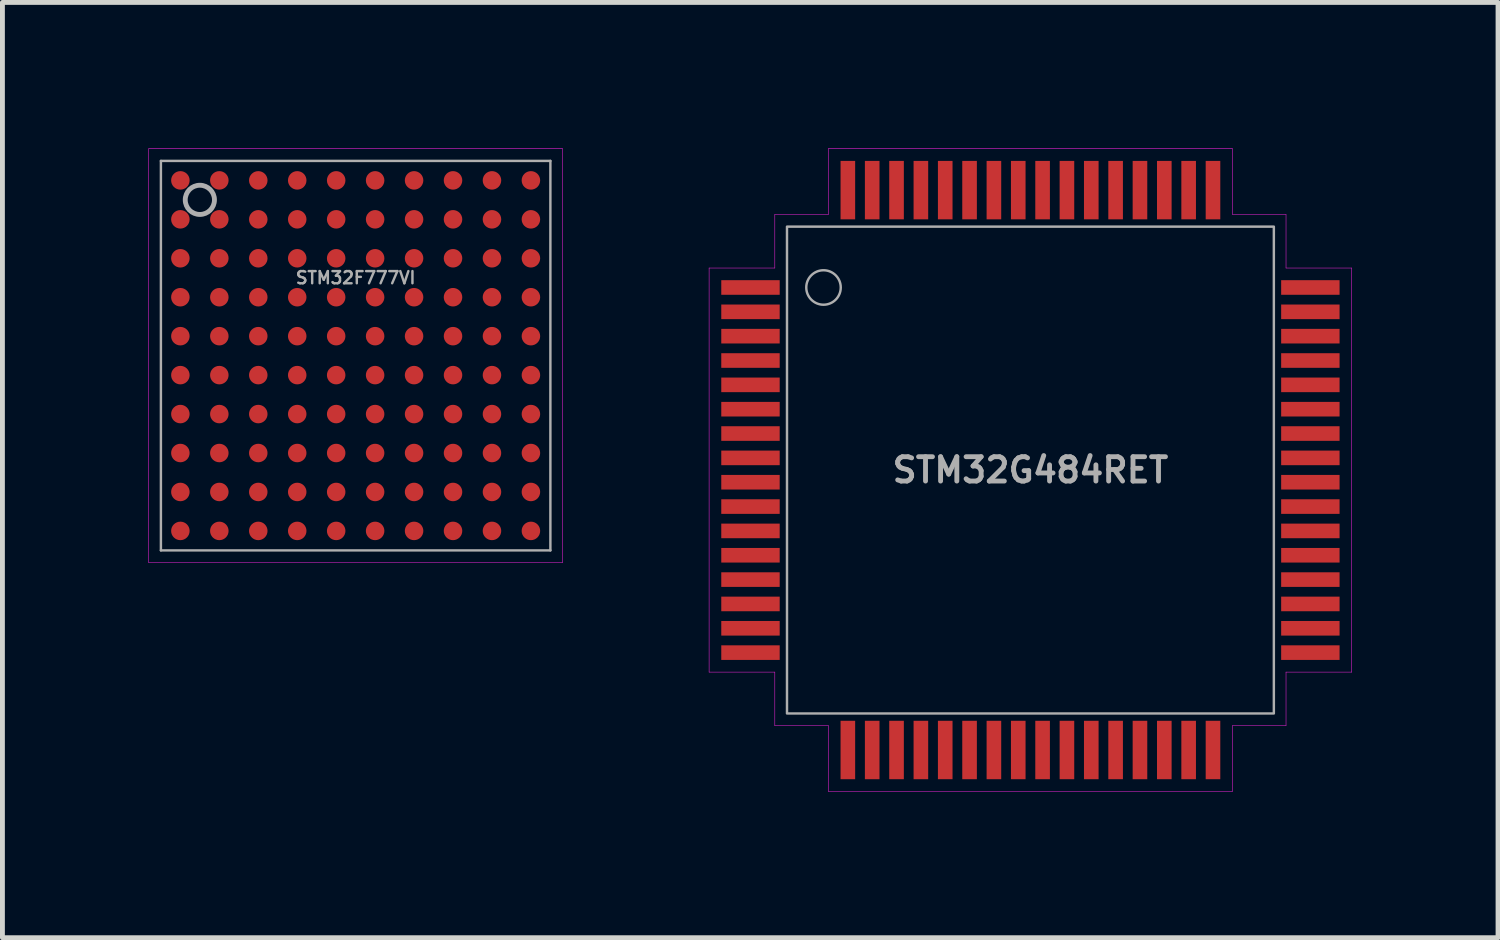
<source format=kicad_pcb>
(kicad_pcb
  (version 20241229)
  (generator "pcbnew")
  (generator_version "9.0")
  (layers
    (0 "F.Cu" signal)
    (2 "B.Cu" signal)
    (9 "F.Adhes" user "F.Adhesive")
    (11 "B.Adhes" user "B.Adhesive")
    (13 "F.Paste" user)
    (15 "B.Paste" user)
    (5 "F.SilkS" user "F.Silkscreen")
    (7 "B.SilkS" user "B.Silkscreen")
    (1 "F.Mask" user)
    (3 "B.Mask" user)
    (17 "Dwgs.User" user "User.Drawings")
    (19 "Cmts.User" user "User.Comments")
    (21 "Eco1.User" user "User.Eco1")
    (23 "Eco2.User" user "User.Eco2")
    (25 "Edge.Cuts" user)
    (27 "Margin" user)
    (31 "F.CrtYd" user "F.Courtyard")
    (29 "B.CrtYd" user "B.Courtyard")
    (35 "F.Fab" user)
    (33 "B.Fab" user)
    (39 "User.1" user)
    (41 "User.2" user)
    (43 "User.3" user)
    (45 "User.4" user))
  (footprint "STM32G484RET"
    (layer "F.Cu")
    (at 18.115 6.605)
    (property "Reference" "STM32G484RET" (at 0 0 0) (layer "F.Fab") (effects (font (size 0.5 0.5) (thickness 0.1))))
    (attr smd)
    (fp_line (start -6.6 -4.15) (end -6.6 4.15) (stroke (width 0.01) (type solid)) (layer "F.CrtYd"))
    (fp_line (start -6.6 -4.15) (end -5.25 -4.15) (stroke (width 0.01) (type solid)) (layer "F.CrtYd"))
    (fp_line (start -5.25 -5.25) (end -4.15 -5.25) (stroke (width 0.01) (type solid)) (layer "F.CrtYd"))
    (fp_line (start -5.25 -4.15) (end -5.25 -5.25) (stroke (width 0.01) (type solid)) (layer "F.CrtYd"))
    (fp_line (start -5.25 4.15) (end -6.6 4.15) (stroke (width 0.01) (type solid)) (layer "F.CrtYd"))
    (fp_line (start -5.25 5.25) (end -5.25 4.15) (stroke (width 0.01) (type solid)) (layer "F.CrtYd"))
    (fp_line (start -4.15 -5.25) (end -4.15 -6.6) (stroke (width 0.01) (type solid)) (layer "F.CrtYd"))
    (fp_line (start -4.15 5.25) (end -5.25 5.25) (stroke (width 0.01) (type solid)) (layer "F.CrtYd"))
    (fp_line (start -4.15 6.6) (end -4.15 5.25) (stroke (width 0.01) (type solid)) (layer "F.CrtYd"))
    (fp_line (start -4.15 6.6) (end 4.15 6.6) (stroke (width 0.01) (type solid)) (layer "F.CrtYd"))
    (fp_line (start 4.15 -6.6) (end -4.15 -6.6) (stroke (width 0.01) (type solid)) (layer "F.CrtYd"))
    (fp_line (start 4.15 -6.6) (end 4.15 -5.25) (stroke (width 0.01) (type solid)) (layer "F.CrtYd"))
    (fp_line (start 4.15 -5.25) (end 5.25 -5.25) (stroke (width 0.01) (type solid)) (layer "F.CrtYd"))
    (fp_line (start 4.15 5.25) (end 4.15 6.6) (stroke (width 0.01) (type solid)) (layer "F.CrtYd"))
    (fp_line (start 5.25 -5.25) (end 5.25 -4.15) (stroke (width 0.01) (type solid)) (layer "F.CrtYd"))
    (fp_line (start 5.25 -4.15) (end 6.6 -4.15) (stroke (width 0.01) (type solid)) (layer "F.CrtYd"))
    (fp_line (start 5.25 4.15) (end 5.25 5.25) (stroke (width 0.01) (type solid)) (layer "F.CrtYd"))
    (fp_line (start 5.25 5.25) (end 4.15 5.25) (stroke (width 0.01) (type solid)) (layer "F.CrtYd"))
    (fp_line (start 6.6 4.15) (end 5.25 4.15) (stroke (width 0.01) (type solid)) (layer "F.CrtYd"))
    (fp_line (start 6.6 4.15) (end 6.6 -4.15) (stroke (width 0.01) (type solid)) (layer "F.CrtYd"))
    (fp_rect (start -5 -5) (end 5 5) (stroke (width 0.05) (type default)) (fill no) (layer "F.Fab"))
    (fp_circle (center -4.25 -3.75) (end -3.896 -3.75) (stroke (width 0.05) (type solid)) (fill no) (layer "F.Fab"))
    (pad "1" smd rect (at -5.75 -3.75) (size 1.2 0.3) (layers "F.Cu" "F.Mask" "F.Paste"))
    (pad "2" smd rect (at -5.75 -3.25) (size 1.2 0.3) (layers "F.Cu" "F.Mask" "F.Paste"))
    (pad "3" smd rect (at -5.75 -2.75) (size 1.2 0.3) (layers "F.Cu" "F.Mask" "F.Paste"))
    (pad "4" smd rect (at -5.75 -2.25) (size 1.2 0.3) (layers "F.Cu" "F.Mask" "F.Paste"))
    (pad "5" smd rect (at -5.75 -1.75) (size 1.2 0.3) (layers "F.Cu" "F.Mask" "F.Paste"))
    (pad "6" smd rect (at -5.75 -1.25) (size 1.2 0.3) (layers "F.Cu" "F.Mask" "F.Paste"))
    (pad "7" smd rect (at -5.75 -0.75) (size 1.2 0.3) (layers "F.Cu" "F.Mask" "F.Paste"))
    (pad "8" smd rect (at -5.75 -0.25) (size 1.2 0.3) (layers "F.Cu" "F.Mask" "F.Paste"))
    (pad "9" smd rect (at -5.75 0.25) (size 1.2 0.3) (layers "F.Cu" "F.Mask" "F.Paste"))
    (pad "10" smd rect (at -5.75 0.75) (size 1.2 0.3) (layers "F.Cu" "F.Mask" "F.Paste"))
    (pad "11" smd rect (at -5.75 1.25) (size 1.2 0.3) (layers "F.Cu" "F.Mask" "F.Paste"))
    (pad "12" smd rect (at -5.75 1.75) (size 1.2 0.3) (layers "F.Cu" "F.Mask" "F.Paste"))
    (pad "13" smd rect (at -5.75 2.25) (size 1.2 0.3) (layers "F.Cu" "F.Mask" "F.Paste"))
    (pad "14" smd rect (at -5.75 2.75) (size 1.2 0.3) (layers "F.Cu" "F.Mask" "F.Paste"))
    (pad "15" smd rect (at -5.75 3.25) (size 1.2 0.3) (layers "F.Cu" "F.Mask" "F.Paste"))
    (pad "16" smd rect (at -5.75 3.75) (size 1.2 0.3) (layers "F.Cu" "F.Mask" "F.Paste"))
    (pad "17" smd rect (at -3.75 5.75 90) (size 1.2 0.3) (layers "F.Cu" "F.Mask" "F.Paste"))
    (pad "18" smd rect (at -3.25 5.75 90) (size 1.2 0.3) (layers "F.Cu" "F.Mask" "F.Paste"))
    (pad "19" smd rect (at -2.75 5.75 90) (size 1.2 0.3) (layers "F.Cu" "F.Mask" "F.Paste"))
    (pad "20" smd rect (at -2.25 5.75 90) (size 1.2 0.3) (layers "F.Cu" "F.Mask" "F.Paste"))
    (pad "21" smd rect (at -1.75 5.75 90) (size 1.2 0.3) (layers "F.Cu" "F.Mask" "F.Paste"))
    (pad "22" smd rect (at -1.25 5.75 90) (size 1.2 0.3) (layers "F.Cu" "F.Mask" "F.Paste"))
    (pad "23" smd rect (at -0.75 5.75 90) (size 1.2 0.3) (layers "F.Cu" "F.Mask" "F.Paste"))
    (pad "24" smd rect (at -0.25 5.75 90) (size 1.2 0.3) (layers "F.Cu" "F.Mask" "F.Paste"))
    (pad "25" smd rect (at 0.25 5.75 90) (size 1.2 0.3) (layers "F.Cu" "F.Mask" "F.Paste"))
    (pad "26" smd rect (at 0.75 5.75 90) (size 1.2 0.3) (layers "F.Cu" "F.Mask" "F.Paste"))
    (pad "27" smd rect (at 1.25 5.75 90) (size 1.2 0.3) (layers "F.Cu" "F.Mask" "F.Paste"))
    (pad "28" smd rect (at 1.75 5.75 90) (size 1.2 0.3) (layers "F.Cu" "F.Mask" "F.Paste"))
    (pad "29" smd rect (at 2.25 5.75 90) (size 1.2 0.3) (layers "F.Cu" "F.Mask" "F.Paste"))
    (pad "30" smd rect (at 2.75 5.75 90) (size 1.2 0.3) (layers "F.Cu" "F.Mask" "F.Paste"))
    (pad "31" smd rect (at 3.25 5.75 90) (size 1.2 0.3) (layers "F.Cu" "F.Mask" "F.Paste"))
    (pad "32" smd rect (at 3.75 5.75 90) (size 1.2 0.3) (layers "F.Cu" "F.Mask" "F.Paste"))
    (pad "33" smd rect (at 5.75 3.75) (size 1.2 0.3) (layers "F.Cu" "F.Mask" "F.Paste"))
    (pad "34" smd rect (at 5.75 3.25) (size 1.2 0.3) (layers "F.Cu" "F.Mask" "F.Paste"))
    (pad "35" smd rect (at 5.75 2.75) (size 1.2 0.3) (layers "F.Cu" "F.Mask" "F.Paste"))
    (pad "36" smd rect (at 5.75 2.25) (size 1.2 0.3) (layers "F.Cu" "F.Mask" "F.Paste"))
    (pad "37" smd rect (at 5.75 1.75) (size 1.2 0.3) (layers "F.Cu" "F.Mask" "F.Paste"))
    (pad "38" smd rect (at 5.75 1.25) (size 1.2 0.3) (layers "F.Cu" "F.Mask" "F.Paste"))
    (pad "39" smd rect (at 5.75 0.75) (size 1.2 0.3) (layers "F.Cu" "F.Mask" "F.Paste"))
    (pad "40" smd rect (at 5.75 0.25) (size 1.2 0.3) (layers "F.Cu" "F.Mask" "F.Paste"))
    (pad "41" smd rect (at 5.75 -0.25) (size 1.2 0.3) (layers "F.Cu" "F.Mask" "F.Paste"))
    (pad "42" smd rect (at 5.75 -0.75) (size 1.2 0.3) (layers "F.Cu" "F.Mask" "F.Paste"))
    (pad "43" smd rect (at 5.75 -1.25) (size 1.2 0.3) (layers "F.Cu" "F.Mask" "F.Paste"))
    (pad "44" smd rect (at 5.75 -1.75) (size 1.2 0.3) (layers "F.Cu" "F.Mask" "F.Paste"))
    (pad "45" smd rect (at 5.75 -2.25) (size 1.2 0.3) (layers "F.Cu" "F.Mask" "F.Paste"))
    (pad "46" smd rect (at 5.75 -2.75) (size 1.2 0.3) (layers "F.Cu" "F.Mask" "F.Paste"))
    (pad "47" smd rect (at 5.75 -3.25) (size 1.2 0.3) (layers "F.Cu" "F.Mask" "F.Paste"))
    (pad "48" smd rect (at 5.75 -3.75) (size 1.2 0.3) (layers "F.Cu" "F.Mask" "F.Paste"))
    (pad "49" smd rect (at 3.75 -5.75 90) (size 1.2 0.3) (layers "F.Cu" "F.Mask" "F.Paste"))
    (pad "50" smd rect (at 3.25 -5.75 90) (size 1.2 0.3) (layers "F.Cu" "F.Mask" "F.Paste"))
    (pad "51" smd rect (at 2.75 -5.75 90) (size 1.2 0.3) (layers "F.Cu" "F.Mask" "F.Paste"))
    (pad "52" smd rect (at 2.25 -5.75 90) (size 1.2 0.3) (layers "F.Cu" "F.Mask" "F.Paste"))
    (pad "53" smd rect (at 1.75 -5.75 90) (size 1.2 0.3) (layers "F.Cu" "F.Mask" "F.Paste"))
    (pad "54" smd rect (at 1.25 -5.75 90) (size 1.2 0.3) (layers "F.Cu" "F.Mask" "F.Paste"))
    (pad "55" smd rect (at 0.75 -5.75 90) (size 1.2 0.3) (layers "F.Cu" "F.Mask" "F.Paste"))
    (pad "56" smd rect (at 0.25 -5.75 90) (size 1.2 0.3) (layers "F.Cu" "F.Mask" "F.Paste"))
    (pad "57" smd rect (at -0.25 -5.75 90) (size 1.2 0.3) (layers "F.Cu" "F.Mask" "F.Paste"))
    (pad "58" smd rect (at -0.75 -5.75 90) (size 1.2 0.3) (layers "F.Cu" "F.Mask" "F.Paste"))
    (pad "59" smd rect (at -1.25 -5.75 90) (size 1.2 0.3) (layers "F.Cu" "F.Mask" "F.Paste"))
    (pad "60" smd rect (at -1.75 -5.75 90) (size 1.2 0.3) (layers "F.Cu" "F.Mask" "F.Paste"))
    (pad "61" smd rect (at -2.25 -5.75 90) (size 1.2 0.3) (layers "F.Cu" "F.Mask" "F.Paste"))
    (pad "62" smd rect (at -2.75 -5.75 90) (size 1.2 0.3) (layers "F.Cu" "F.Mask" "F.Paste"))
    (pad "63" smd rect (at -3.25 -5.75 90) (size 1.2 0.3) (layers "F.Cu" "F.Mask" "F.Paste"))
    (pad "64" smd rect (at -3.75 -5.75 90) (size 1.2 0.3) (layers "F.Cu" "F.Mask" "F.Paste")))
  (footprint "STM32F777VI"
    (layer "F.Cu")
    (at 4.255 4.255)
    (property "Reference" "STM32F777VI" (at 0 -1.6 0) (layer "F.Fab") (effects (font (size 0.25 0.25) (thickness 0.05))))
    (attr smd)
    (fp_line (start -4.25 -4.25) (end 4.25 -4.25) (stroke (width 0.01) (type solid)) (layer "F.CrtYd"))
    (fp_line (start -4.25 4.25) (end -4.25 -4.25) (stroke (width 0.01) (type solid)) (layer "F.CrtYd"))
    (fp_line (start 4.25 -4.25) (end 4.25 4.25) (stroke (width 0.01) (type solid)) (layer "F.CrtYd"))
    (fp_line (start 4.25 4.25) (end -4.25 4.25) (stroke (width 0.01) (type solid)) (layer "F.CrtYd"))
    (fp_line (start -4 -4) (end -4 4) (stroke (width 0.05) (type solid)) (layer "F.Fab"))
    (fp_line (start -4 4) (end 4 4) (stroke (width 0.05) (type solid)) (layer "F.Fab"))
    (fp_line (start 4 -4) (end -4 -4) (stroke (width 0.05) (type solid)) (layer "F.Fab"))
    (fp_line (start 4 4) (end 4 -4) (stroke (width 0.05) (type solid)) (layer "F.Fab"))
    (fp_circle (center -3.2 -3.2) (end -2.9 -3.2) (stroke (width 0.1) (type solid)) (fill no) (layer "F.Fab"))
    (pad "A1" smd circle (at -3.6 -3.6) (size 0.38 0.38) (layers "F.Cu" "F.Mask" "F.Paste"))
    (pad "A2" smd circle (at -2.8 -3.6) (size 0.38 0.38) (layers "F.Cu" "F.Mask" "F.Paste"))
    (pad "A3" smd circle (at -2 -3.6) (size 0.38 0.38) (layers "F.Cu" "F.Mask" "F.Paste"))
    (pad "A4" smd circle (at -1.2 -3.6) (size 0.38 0.38) (layers "F.Cu" "F.Mask" "F.Paste"))
    (pad "A5" smd circle (at -0.4 -3.6) (size 0.38 0.38) (layers "F.Cu" "F.Mask" "F.Paste"))
    (pad "A6" smd circle (at 0.4 -3.6) (size 0.38 0.38) (layers "F.Cu" "F.Mask" "F.Paste"))
    (pad "A7" smd circle (at 1.2 -3.6) (size 0.38 0.38) (layers "F.Cu" "F.Mask" "F.Paste"))
    (pad "A8" smd circle (at 2 -3.6) (size 0.38 0.38) (layers "F.Cu" "F.Mask" "F.Paste"))
    (pad "A9" smd circle (at 2.8 -3.6) (size 0.38 0.38) (layers "F.Cu" "F.Mask" "F.Paste"))
    (pad "A10" smd circle (at 3.6 -3.6) (size 0.38 0.38) (layers "F.Cu" "F.Mask" "F.Paste"))
    (pad "B1" smd circle (at -3.6 -2.8) (size 0.38 0.38) (layers "F.Cu" "F.Mask" "F.Paste"))
    (pad "B2" smd circle (at -2.8 -2.8) (size 0.38 0.38) (layers "F.Cu" "F.Mask" "F.Paste"))
    (pad "B3" smd circle (at -2 -2.8) (size 0.38 0.38) (layers "F.Cu" "F.Mask" "F.Paste"))
    (pad "B4" smd circle (at -1.2 -2.8) (size 0.38 0.38) (layers "F.Cu" "F.Mask" "F.Paste"))
    (pad "B5" smd circle (at -0.4 -2.8) (size 0.38 0.38) (layers "F.Cu" "F.Mask" "F.Paste"))
    (pad "B6" smd circle (at 0.4 -2.8) (size 0.38 0.38) (layers "F.Cu" "F.Mask" "F.Paste"))
    (pad "B7" smd circle (at 1.2 -2.8) (size 0.38 0.38) (layers "F.Cu" "F.Mask" "F.Paste"))
    (pad "B8" smd circle (at 2 -2.8) (size 0.38 0.38) (layers "F.Cu" "F.Mask" "F.Paste"))
    (pad "B9" smd circle (at 2.8 -2.8) (size 0.38 0.38) (layers "F.Cu" "F.Mask" "F.Paste"))
    (pad "B10" smd circle (at 3.6 -2.8) (size 0.38 0.38) (layers "F.Cu" "F.Mask" "F.Paste"))
    (pad "C1" smd circle (at -3.6 -2) (size 0.38 0.38) (layers "F.Cu" "F.Mask" "F.Paste"))
    (pad "C2" smd circle (at -2.8 -2) (size 0.38 0.38) (layers "F.Cu" "F.Mask" "F.Paste"))
    (pad "C3" smd circle (at -2 -2) (size 0.38 0.38) (layers "F.Cu" "F.Mask" "F.Paste"))
    (pad "C4" smd circle (at -1.2 -2) (size 0.38 0.38) (layers "F.Cu" "F.Mask" "F.Paste"))
    (pad "C5" smd circle (at -0.4 -2) (size 0.38 0.38) (layers "F.Cu" "F.Mask" "F.Paste"))
    (pad "C6" smd circle (at 0.4 -2) (size 0.38 0.38) (layers "F.Cu" "F.Mask" "F.Paste"))
    (pad "C7" smd circle (at 1.2 -2) (size 0.38 0.38) (layers "F.Cu" "F.Mask" "F.Paste"))
    (pad "C8" smd circle (at 2 -2) (size 0.38 0.38) (layers "F.Cu" "F.Mask" "F.Paste"))
    (pad "C9" smd circle (at 2.8 -2) (size 0.38 0.38) (layers "F.Cu" "F.Mask" "F.Paste"))
    (pad "C10" smd circle (at 3.6 -2) (size 0.38 0.38) (layers "F.Cu" "F.Mask" "F.Paste"))
    (pad "D1" smd circle (at -3.6 -1.2) (size 0.38 0.38) (layers "F.Cu" "F.Mask" "F.Paste"))
    (pad "D2" smd circle (at -2.8 -1.2) (size 0.38 0.38) (layers "F.Cu" "F.Mask" "F.Paste"))
    (pad "D3" smd circle (at -2 -1.2) (size 0.38 0.38) (layers "F.Cu" "F.Mask" "F.Paste"))
    (pad "D4" smd circle (at -1.2 -1.2) (size 0.38 0.38) (layers "F.Cu" "F.Mask" "F.Paste"))
    (pad "D5" smd circle (at -0.4 -1.2) (size 0.38 0.38) (layers "F.Cu" "F.Mask" "F.Paste"))
    (pad "D6" smd circle (at 0.4 -1.2) (size 0.38 0.38) (layers "F.Cu" "F.Mask" "F.Paste"))
    (pad "D7" smd circle (at 1.2 -1.2) (size 0.38 0.38) (layers "F.Cu" "F.Mask" "F.Paste"))
    (pad "D8" smd circle (at 2 -1.2) (size 0.38 0.38) (layers "F.Cu" "F.Mask" "F.Paste"))
    (pad "D9" smd circle (at 2.8 -1.2) (size 0.38 0.38) (layers "F.Cu" "F.Mask" "F.Paste"))
    (pad "D10" smd circle (at 3.6 -1.2) (size 0.38 0.38) (layers "F.Cu" "F.Mask" "F.Paste"))
    (pad "E1" smd circle (at -3.6 -0.4) (size 0.38 0.38) (layers "F.Cu" "F.Mask" "F.Paste"))
    (pad "E2" smd circle (at -2.8 -0.4) (size 0.38 0.38) (layers "F.Cu" "F.Mask" "F.Paste"))
    (pad "E3" smd circle (at -2 -0.4) (size 0.38 0.38) (layers "F.Cu" "F.Mask" "F.Paste"))
    (pad "E4" smd circle (at -1.2 -0.4) (size 0.38 0.38) (layers "F.Cu" "F.Mask" "F.Paste"))
    (pad "E5" smd circle (at -0.4 -0.4) (size 0.38 0.38) (layers "F.Cu" "F.Mask" "F.Paste"))
    (pad "E6" smd circle (at 0.4 -0.4) (size 0.38 0.38) (layers "F.Cu" "F.Mask" "F.Paste"))
    (pad "E7" smd circle (at 1.2 -0.4) (size 0.38 0.38) (layers "F.Cu" "F.Mask" "F.Paste"))
    (pad "E8" smd circle (at 2 -0.4) (size 0.38 0.38) (layers "F.Cu" "F.Mask" "F.Paste"))
    (pad "E9" smd circle (at 2.8 -0.4) (size 0.38 0.38) (layers "F.Cu" "F.Mask" "F.Paste"))
    (pad "E10" smd circle (at 3.6 -0.4) (size 0.38 0.38) (layers "F.Cu" "F.Mask" "F.Paste"))
    (pad "F1" smd circle (at -3.6 0.4) (size 0.38 0.38) (layers "F.Cu" "F.Mask" "F.Paste"))
    (pad "F2" smd circle (at -2.8 0.4) (size 0.38 0.38) (layers "F.Cu" "F.Mask" "F.Paste"))
    (pad "F3" smd circle (at -2 0.4) (size 0.38 0.38) (layers "F.Cu" "F.Mask" "F.Paste"))
    (pad "F4" smd circle (at -1.2 0.4) (size 0.38 0.38) (layers "F.Cu" "F.Mask" "F.Paste"))
    (pad "F5" smd circle (at -0.4 0.4) (size 0.38 0.38) (layers "F.Cu" "F.Mask" "F.Paste"))
    (pad "F6" smd circle (at 0.4 0.4) (size 0.38 0.38) (layers "F.Cu" "F.Mask" "F.Paste"))
    (pad "F7" smd circle (at 1.2 0.4) (size 0.38 0.38) (layers "F.Cu" "F.Mask" "F.Paste"))
    (pad "F8" smd circle (at 2 0.4) (size 0.38 0.38) (layers "F.Cu" "F.Mask" "F.Paste"))
    (pad "F9" smd circle (at 2.8 0.4) (size 0.38 0.38) (layers "F.Cu" "F.Mask" "F.Paste"))
    (pad "F10" smd circle (at 3.6 0.4) (size 0.38 0.38) (layers "F.Cu" "F.Mask" "F.Paste"))
    (pad "G1" smd circle (at -3.6 1.2) (size 0.38 0.38) (layers "F.Cu" "F.Mask" "F.Paste"))
    (pad "G2" smd circle (at -2.8 1.2) (size 0.38 0.38) (layers "F.Cu" "F.Mask" "F.Paste"))
    (pad "G3" smd circle (at -2 1.2) (size 0.38 0.38) (layers "F.Cu" "F.Mask" "F.Paste"))
    (pad "G4" smd circle (at -1.2 1.2) (size 0.38 0.38) (layers "F.Cu" "F.Mask" "F.Paste"))
    (pad "G5" smd circle (at -0.4 1.2) (size 0.38 0.38) (layers "F.Cu" "F.Mask" "F.Paste"))
    (pad "G6" smd circle (at 0.4 1.2) (size 0.38 0.38) (layers "F.Cu" "F.Mask" "F.Paste"))
    (pad "G7" smd circle (at 1.2 1.2) (size 0.38 0.38) (layers "F.Cu" "F.Mask" "F.Paste"))
    (pad "G8" smd circle (at 2 1.2) (size 0.38 0.38) (layers "F.Cu" "F.Mask" "F.Paste"))
    (pad "G9" smd circle (at 2.8 1.2) (size 0.38 0.38) (layers "F.Cu" "F.Mask" "F.Paste"))
    (pad "G10" smd circle (at 3.6 1.2) (size 0.38 0.38) (layers "F.Cu" "F.Mask" "F.Paste"))
    (pad "H1" smd circle (at -3.6 2) (size 0.38 0.38) (layers "F.Cu" "F.Mask" "F.Paste"))
    (pad "H2" smd circle (at -2.8 2) (size 0.38 0.38) (layers "F.Cu" "F.Mask" "F.Paste"))
    (pad "H3" smd circle (at -2 2) (size 0.38 0.38) (layers "F.Cu" "F.Mask" "F.Paste"))
    (pad "H4" smd circle (at -1.2 2) (size 0.38 0.38) (layers "F.Cu" "F.Mask" "F.Paste"))
    (pad "H5" smd circle (at -0.4 2) (size 0.38 0.38) (layers "F.Cu" "F.Mask" "F.Paste"))
    (pad "H6" smd circle (at 0.4 2) (size 0.38 0.38) (layers "F.Cu" "F.Mask" "F.Paste"))
    (pad "H7" smd circle (at 1.2 2) (size 0.38 0.38) (layers "F.Cu" "F.Mask" "F.Paste"))
    (pad "H8" smd circle (at 2 2) (size 0.38 0.38) (layers "F.Cu" "F.Mask" "F.Paste"))
    (pad "H9" smd circle (at 2.8 2) (size 0.38 0.38) (layers "F.Cu" "F.Mask" "F.Paste"))
    (pad "H10" smd circle (at 3.6 2) (size 0.38 0.38) (layers "F.Cu" "F.Mask" "F.Paste"))
    (pad "J1" smd circle (at -3.6 2.8) (size 0.38 0.38) (layers "F.Cu" "F.Mask" "F.Paste"))
    (pad "J2" smd circle (at -2.8 2.8) (size 0.38 0.38) (layers "F.Cu" "F.Mask" "F.Paste"))
    (pad "J3" smd circle (at -2 2.8) (size 0.38 0.38) (layers "F.Cu" "F.Mask" "F.Paste"))
    (pad "J4" smd circle (at -1.2 2.8) (size 0.38 0.38) (layers "F.Cu" "F.Mask" "F.Paste"))
    (pad "J5" smd circle (at -0.4 2.8) (size 0.38 0.38) (layers "F.Cu" "F.Mask" "F.Paste"))
    (pad "J6" smd circle (at 0.4 2.8) (size 0.38 0.38) (layers "F.Cu" "F.Mask" "F.Paste"))
    (pad "J7" smd circle (at 1.2 2.8) (size 0.38 0.38) (layers "F.Cu" "F.Mask" "F.Paste"))
    (pad "J8" smd circle (at 2 2.8) (size 0.38 0.38) (layers "F.Cu" "F.Mask" "F.Paste"))
    (pad "J9" smd circle (at 2.8 2.8) (size 0.38 0.38) (layers "F.Cu" "F.Mask" "F.Paste"))
    (pad "J10" smd circle (at 3.6 2.8) (size 0.38 0.38) (layers "F.Cu" "F.Mask" "F.Paste"))
    (pad "K1" smd circle (at -3.6 3.6) (size 0.38 0.38) (layers "F.Cu" "F.Mask" "F.Paste"))
    (pad "K2" smd circle (at -2.8 3.6) (size 0.38 0.38) (layers "F.Cu" "F.Mask" "F.Paste"))
    (pad "K3" smd circle (at -2 3.6) (size 0.38 0.38) (layers "F.Cu" "F.Mask" "F.Paste"))
    (pad "K4" smd circle (at -1.2 3.6) (size 0.38 0.38) (layers "F.Cu" "F.Mask" "F.Paste"))
    (pad "K5" smd circle (at -0.4 3.6) (size 0.38 0.38) (layers "F.Cu" "F.Mask" "F.Paste"))
    (pad "K6" smd circle (at 0.4 3.6) (size 0.38 0.38) (layers "F.Cu" "F.Mask" "F.Paste"))
    (pad "K7" smd circle (at 1.2 3.6) (size 0.38 0.38) (layers "F.Cu" "F.Mask" "F.Paste"))
    (pad "K8" smd circle (at 2 3.6) (size 0.38 0.38) (layers "F.Cu" "F.Mask" "F.Paste"))
    (pad "K9" smd circle (at 2.8 3.6) (size 0.38 0.38) (layers "F.Cu" "F.Mask" "F.Paste"))
    (pad "K10" smd circle (at 3.6 3.6) (size 0.38 0.38) (layers "F.Cu" "F.Mask" "F.Paste")))
  (gr_rect
    (start -3 -3)
    (end 27.72 16.21)
    (stroke (width 0.1) (type default))
    (fill no)
    (layer "Edge.Cuts")))
</source>
